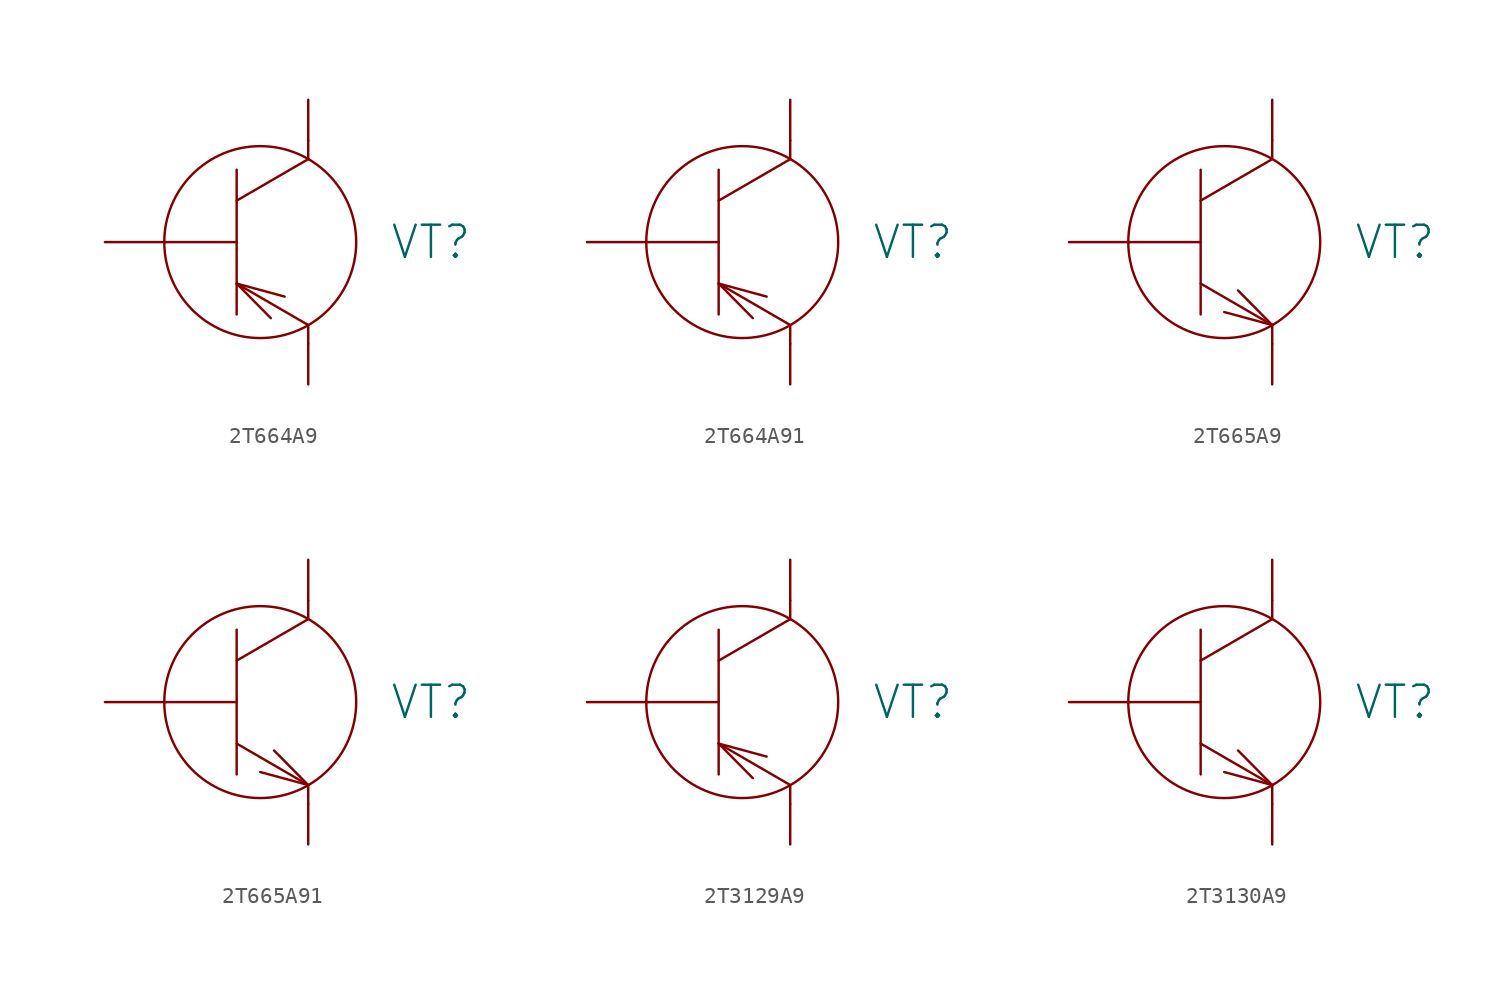
<source format=kicad_sym>
(kicad_symbol_lib
  (version 20231120)
  (generator "kicad_symbol_editor")
  (generator_version "8.0")
  (symbol "2Т664А9"
    (pin_numbers hide)
    (pin_names
      (offset 0) hide)
    (property "Reference" "VT"
      (at 8.89 0 0)
      (effects (font (size 2.007 2.007)) (justify left)))
    (symbol "2Т664А9_0_1"
      (polyline (pts (xy -5.08 0) (xy -0.66 0)) (stroke (width 0) (type solid)) (fill (type none)))
      (polyline (pts (xy -0.66 -2.591) (xy 1.473 -4.75)) (stroke (width 0) (type solid)) (fill (type none)))
      (polyline (pts (xy -0.66 -2.591) (xy 2.337 -3.404)) (stroke (width 0) (type solid)) (fill (type none)))
      (polyline (pts (xy -0.66 -2.591) (xy 3.81 -5.182)) (stroke (width 0) (type solid)) (fill (type none)))
      (polyline (pts (xy -0.66 2.591) (xy 3.81 5.182)) (stroke (width 0) (type solid)) (fill (type none)))
      (polyline (pts (xy -0.66 4.521) (xy -0.66 -4.521)) (stroke (width 0) (type solid)) (fill (type none)))
      (polyline (pts (xy 3.81 -6.35) (xy 3.81 -5.182)) (stroke (width 0) (type solid)) (fill (type none)))
      (polyline (pts (xy 3.81 6.35) (xy 3.81 5.182)) (stroke (width 0) (type solid)) (fill (type none)))
      (circle (center 0.813 0) (radius 5.994) (stroke (width 0) (type solid)) (fill (type none))))
    (symbol "2Т664А9_1_1"
      (pin passive line (at -8.89 0 0) (length 3.81) (name "B" (effects (font (size 2.007 2.007)))) (number "1" (effects (font (size 2.007 2.007)))))
      (pin passive line (at 3.81 8.89 270) (length 2.54) (name "C" (effects (font (size 2.007 2.007)))) (number "2" (effects (font (size 2.007 2.007)))))
      (pin passive line (at 3.81 -8.89 90) (length 2.54) (name "E" (effects (font (size 2.007 2.007)))) (number "3" (effects (font (size 2.007 2.007)))))))
  (symbol "2Т664А91"
    (pin_numbers hide)
    (pin_names
      (offset 0) hide)
    (property "Reference" "VT"
      (at 8.89 0 0)
      (effects (font (size 2.007 2.007)) (justify left)))
    (symbol "2Т664А91_0_1"
      (polyline (pts (xy -5.08 0) (xy -0.66 0)) (stroke (width 0) (type solid)) (fill (type none)))
      (polyline (pts (xy -0.66 -2.591) (xy 1.473 -4.75)) (stroke (width 0) (type solid)) (fill (type none)))
      (polyline (pts (xy -0.66 -2.591) (xy 2.337 -3.404)) (stroke (width 0) (type solid)) (fill (type none)))
      (polyline (pts (xy -0.66 -2.591) (xy 3.81 -5.182)) (stroke (width 0) (type solid)) (fill (type none)))
      (polyline (pts (xy -0.66 2.591) (xy 3.81 5.182)) (stroke (width 0) (type solid)) (fill (type none)))
      (polyline (pts (xy -0.66 4.521) (xy -0.66 -4.521)) (stroke (width 0) (type solid)) (fill (type none)))
      (polyline (pts (xy 3.81 -6.35) (xy 3.81 -5.182)) (stroke (width 0) (type solid)) (fill (type none)))
      (polyline (pts (xy 3.81 6.35) (xy 3.81 5.182)) (stroke (width 0) (type solid)) (fill (type none)))
      (circle (center 0.813 0) (radius 5.994) (stroke (width 0) (type solid)) (fill (type none))))
    (symbol "2Т664А91_1_1"
      (pin passive line (at -8.89 0 0) (length 3.81) (name "B" (effects (font (size 2.007 2.007)))) (number "1" (effects (font (size 2.007 2.007)))))
      (pin passive line (at 3.81 -8.89 90) (length 2.54) (name "E" (effects (font (size 2.007 2.007)))) (number "2" (effects (font (size 2.007 2.007)))))
      (pin passive line (at 3.81 8.89 270) (length 2.54) (name "C" (effects (font (size 2.007 2.007)))) (number "3" (effects (font (size 2.007 2.007)))))))
  (symbol "2Т665А9"
    (pin_numbers hide)
    (pin_names
      (offset 0) hide)
    (property "Reference" "VT"
      (at 8.89 0 0)
      (effects (font (size 2.007 2.007)) (justify left)))
    (symbol "2Т665А9_0_1"
      (polyline (pts (xy -5.08 0) (xy -0.66 0)) (stroke (width 0) (type solid)) (fill (type none)))
      (polyline (pts (xy -0.66 -2.591) (xy 3.81 -5.182)) (stroke (width 0) (type solid)) (fill (type none)))
      (polyline (pts (xy -0.66 2.591) (xy 3.81 5.182)) (stroke (width 0) (type solid)) (fill (type none)))
      (polyline (pts (xy -0.66 4.521) (xy -0.66 -4.521)) (stroke (width 0) (type solid)) (fill (type none)))
      (polyline (pts (xy 3.81 -6.35) (xy 3.81 -5.182)) (stroke (width 0) (type solid)) (fill (type none)))
      (polyline (pts (xy 3.81 -5.182) (xy 0.813 -4.369)) (stroke (width 0) (type solid)) (fill (type none)))
      (polyline (pts (xy 3.81 -5.182) (xy 1.676 -3.023)) (stroke (width 0) (type solid)) (fill (type none)))
      (polyline (pts (xy 3.81 6.35) (xy 3.81 5.232)) (stroke (width 0) (type solid)) (fill (type none)))
      (circle (center 0.813 0) (radius 5.994) (stroke (width 0) (type solid)) (fill (type none))))
    (symbol "2Т665А9_1_1"
      (pin passive line (at -8.89 0 0) (length 3.81) (name "B" (effects (font (size 2.007 2.007)))) (number "1" (effects (font (size 2.007 2.007)))))
      (pin passive line (at 3.81 8.89 270) (length 2.54) (name "C" (effects (font (size 2.007 2.007)))) (number "2" (effects (font (size 2.007 2.007)))))
      (pin passive line (at 3.81 -8.89 90) (length 2.54) (name "E" (effects (font (size 2.007 2.007)))) (number "3" (effects (font (size 2.007 2.007)))))))
  (symbol "2Т665А91"
    (pin_numbers hide)
    (pin_names
      (offset 0) hide)
    (property "Reference" "VT"
      (at 8.89 0 0)
      (effects (font (size 2.007 2.007)) (justify left)))
    (symbol "2Т665А91_0_1"
      (polyline (pts (xy -5.08 0) (xy -0.66 0)) (stroke (width 0) (type solid)) (fill (type none)))
      (polyline (pts (xy -0.66 -2.591) (xy 3.81 -5.182)) (stroke (width 0) (type solid)) (fill (type none)))
      (polyline (pts (xy -0.66 2.591) (xy 3.81 5.182)) (stroke (width 0) (type solid)) (fill (type none)))
      (polyline (pts (xy -0.66 4.521) (xy -0.66 -4.521)) (stroke (width 0) (type solid)) (fill (type none)))
      (polyline (pts (xy 3.81 -6.35) (xy 3.81 -5.182)) (stroke (width 0) (type solid)) (fill (type none)))
      (polyline (pts (xy 3.81 -5.182) (xy 0.813 -4.369)) (stroke (width 0) (type solid)) (fill (type none)))
      (polyline (pts (xy 3.81 -5.182) (xy 1.676 -3.023)) (stroke (width 0) (type solid)) (fill (type none)))
      (polyline (pts (xy 3.81 6.35) (xy 3.81 5.232)) (stroke (width 0) (type solid)) (fill (type none)))
      (circle (center 0.813 0) (radius 5.994) (stroke (width 0) (type solid)) (fill (type none))))
    (symbol "2Т665А91_1_1"
      (pin passive line (at -8.89 0 0) (length 3.81) (name "B" (effects (font (size 2.007 2.007)))) (number "1" (effects (font (size 2.007 2.007)))))
      (pin passive line (at 3.81 -8.89 90) (length 2.54) (name "E" (effects (font (size 2.007 2.007)))) (number "2" (effects (font (size 2.007 2.007)))))
      (pin passive line (at 3.81 8.89 270) (length 2.54) (name "C" (effects (font (size 2.007 2.007)))) (number "3" (effects (font (size 2.007 2.007)))))))
  (symbol "2Т3129А9"
    (pin_numbers hide)
    (pin_names
      (offset 0) hide)
    (property "Reference" "VT"
      (at 8.89 0 0)
      (effects (font (size 2.007 2.007)) (justify left)))
    (symbol "2Т3129А9_0_1"
      (polyline (pts (xy -5.08 0) (xy -0.66 0)) (stroke (width 0) (type solid)) (fill (type none)))
      (polyline (pts (xy -0.66 -2.591) (xy 1.473 -4.75)) (stroke (width 0) (type solid)) (fill (type none)))
      (polyline (pts (xy -0.66 -2.591) (xy 2.337 -3.404)) (stroke (width 0) (type solid)) (fill (type none)))
      (polyline (pts (xy -0.66 -2.591) (xy 3.81 -5.182)) (stroke (width 0) (type solid)) (fill (type none)))
      (polyline (pts (xy -0.66 2.591) (xy 3.81 5.182)) (stroke (width 0) (type solid)) (fill (type none)))
      (polyline (pts (xy -0.66 4.521) (xy -0.66 -4.521)) (stroke (width 0) (type solid)) (fill (type none)))
      (polyline (pts (xy 3.81 -6.35) (xy 3.81 -5.182)) (stroke (width 0) (type solid)) (fill (type none)))
      (polyline (pts (xy 3.81 6.35) (xy 3.81 5.182)) (stroke (width 0) (type solid)) (fill (type none)))
      (circle (center 0.813 0) (radius 5.994) (stroke (width 0) (type solid)) (fill (type none))))
    (symbol "2Т3129А9_1_1"
      (pin passive line (at -8.89 0 0) (length 3.81) (name "B" (effects (font (size 2.007 2.007)))) (number "1" (effects (font (size 2.007 2.007)))))
      (pin passive line (at 3.81 -8.89 90) (length 2.54) (name "E" (effects (font (size 2.007 2.007)))) (number "2" (effects (font (size 2.007 2.007)))))
      (pin passive line (at 3.81 8.89 270) (length 2.54) (name "C" (effects (font (size 2.007 2.007)))) (number "3" (effects (font (size 2.007 2.007)))))))
  (symbol "2Т3130А9"
    (pin_numbers hide)
    (pin_names
      (offset 0) hide)
    (property "Reference" "VT"
      (at 8.89 0 0)
      (effects (font (size 2.007 2.007)) (justify left)))
    (symbol "2Т3130А9_0_1"
      (polyline (pts (xy -5.08 0) (xy -0.66 0)) (stroke (width 0) (type solid)) (fill (type none)))
      (polyline (pts (xy -0.66 -2.591) (xy 3.81 -5.182)) (stroke (width 0) (type solid)) (fill (type none)))
      (polyline (pts (xy -0.66 2.591) (xy 3.81 5.182)) (stroke (width 0) (type solid)) (fill (type none)))
      (polyline (pts (xy -0.66 4.521) (xy -0.66 -4.521)) (stroke (width 0) (type solid)) (fill (type none)))
      (polyline (pts (xy 3.81 -6.35) (xy 3.81 -5.182)) (stroke (width 0) (type solid)) (fill (type none)))
      (polyline (pts (xy 3.81 -5.182) (xy 0.813 -4.369)) (stroke (width 0) (type solid)) (fill (type none)))
      (polyline (pts (xy 3.81 -5.182) (xy 1.676 -3.023)) (stroke (width 0) (type solid)) (fill (type none)))
      (polyline (pts (xy 3.81 6.35) (xy 3.81 5.232)) (stroke (width 0) (type solid)) (fill (type none)))
      (circle (center 0.813 0) (radius 5.994) (stroke (width 0) (type solid)) (fill (type none))))
    (symbol "2Т3130А9_1_1"
      (pin passive line (at -8.89 0 0) (length 3.81) (name "B" (effects (font (size 2.007 2.007)))) (number "1" (effects (font (size 2.007 2.007)))))
      (pin passive line (at 3.81 -8.89 90) (length 2.54) (name "E" (effects (font (size 2.007 2.007)))) (number "2" (effects (font (size 2.007 2.007)))))
      (pin passive line (at 3.81 8.89 270) (length 2.54) (name "C" (effects (font (size 2.007 2.007)))) (number "3" (effects (font (size 2.007 2.007))))))))
</source>
